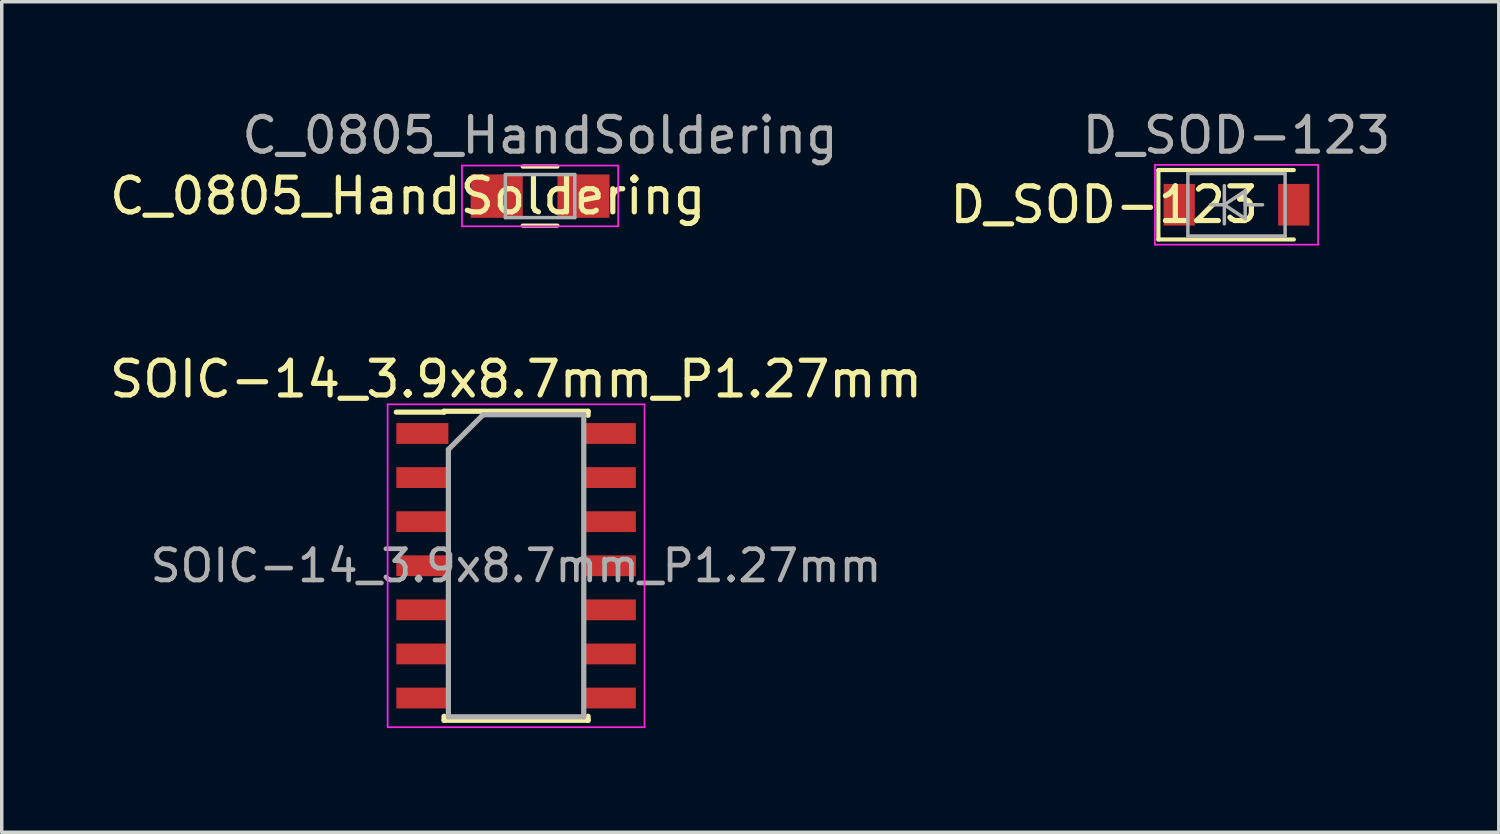
<source format=kicad_pcb>
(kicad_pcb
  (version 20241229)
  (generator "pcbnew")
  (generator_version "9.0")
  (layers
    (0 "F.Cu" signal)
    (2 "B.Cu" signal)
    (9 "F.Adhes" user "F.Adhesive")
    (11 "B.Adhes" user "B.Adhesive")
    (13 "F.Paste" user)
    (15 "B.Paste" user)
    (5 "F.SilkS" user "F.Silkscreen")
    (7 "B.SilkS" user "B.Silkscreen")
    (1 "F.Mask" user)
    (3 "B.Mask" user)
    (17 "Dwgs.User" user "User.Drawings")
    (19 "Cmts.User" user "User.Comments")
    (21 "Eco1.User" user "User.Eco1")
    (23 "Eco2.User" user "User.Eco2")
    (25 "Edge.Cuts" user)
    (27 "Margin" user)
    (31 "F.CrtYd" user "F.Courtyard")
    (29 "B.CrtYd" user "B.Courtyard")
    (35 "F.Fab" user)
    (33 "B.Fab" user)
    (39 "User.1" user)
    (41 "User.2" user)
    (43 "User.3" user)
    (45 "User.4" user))
  (footprint "C_0805_HandSoldering"
    (layer "F.Cu")
    (at 12.506 2.598)
    (property "Reference" "C_0805_HandSoldering" (at -3.81 0 0) (layer "F.SilkS") (effects (font (size 1 1) (thickness 0.15))))
    (attr smd)
    (fp_line (start -0.5 0.85) (end 0.5 0.85) (stroke (width 0.12) (type solid)) (layer "F.SilkS"))
    (fp_line (start 0.5 -0.85) (end -0.5 -0.85) (stroke (width 0.12) (type solid)) (layer "F.SilkS"))
    (fp_line (start -2.25 -0.88) (end -2.25 0.87) (stroke (width 0.05) (type solid)) (layer "F.CrtYd"))
    (fp_line (start -2.25 -0.88) (end 2.25 -0.88) (stroke (width 0.05) (type solid)) (layer "F.CrtYd"))
    (fp_line (start 2.25 0.87) (end -2.25 0.87) (stroke (width 0.05) (type solid)) (layer "F.CrtYd"))
    (fp_line (start 2.25 0.87) (end 2.25 -0.88) (stroke (width 0.05) (type solid)) (layer "F.CrtYd"))
    (fp_line (start -1 -0.62) (end 1 -0.62) (stroke (width 0.1) (type solid)) (layer "F.Fab"))
    (fp_line (start -1 0.62) (end -1 -0.62) (stroke (width 0.1) (type solid)) (layer "F.Fab"))
    (fp_line (start 1 -0.62) (end 1 0.62) (stroke (width 0.1) (type solid)) (layer "F.Fab"))
    (fp_line (start 1 0.62) (end -1 0.62) (stroke (width 0.1) (type solid)) (layer "F.Fab"))
    (fp_text user "${REFERENCE}" (at 0 -1.75 0) (layer "F.Fab") (effects (font (size 1 1) (thickness 0.15))))
    (pad "1" smd rect (at -1.25 0) (size 1.5 1.25) (layers "F.Cu" "F.Mask" "F.Paste"))
    (pad "2" smd rect (at 1.25 0) (size 1.5 1.25) (layers "F.Cu" "F.Mask" "F.Paste")))
  (footprint "D_SOD-123"
    (layer "F.Cu")
    (at 32.566 2.848)
    (property "Reference" "D_SOD-123" (at -3.81 0 0) (layer "F.SilkS") (effects (font (size 1 1) (thickness 0.15))))
    (attr smd)
    (fp_line (start -2.25 -1) (end -2.25 1) (stroke (width 0.12) (type solid)) (layer "F.SilkS"))
    (fp_line (start -2.25 -1) (end 1.65 -1) (stroke (width 0.12) (type solid)) (layer "F.SilkS"))
    (fp_line (start -2.25 1) (end 1.65 1) (stroke (width 0.12) (type solid)) (layer "F.SilkS"))
    (fp_line (start -2.35 -1.15) (end -2.35 1.15) (stroke (width 0.05) (type solid)) (layer "F.CrtYd"))
    (fp_line (start -2.35 -1.15) (end 2.35 -1.15) (stroke (width 0.05) (type solid)) (layer "F.CrtYd"))
    (fp_line (start 2.35 -1.15) (end 2.35 1.15) (stroke (width 0.05) (type solid)) (layer "F.CrtYd"))
    (fp_line (start 2.35 1.15) (end -2.35 1.15) (stroke (width 0.05) (type solid)) (layer "F.CrtYd"))
    (fp_line (start -1.4 -0.9) (end 1.4 -0.9) (stroke (width 0.1) (type solid)) (layer "F.Fab"))
    (fp_line (start -1.4 0.9) (end -1.4 -0.9) (stroke (width 0.1) (type solid)) (layer "F.Fab"))
    (fp_line (start -0.75 0) (end -0.35 0) (stroke (width 0.1) (type solid)) (layer "F.Fab"))
    (fp_line (start -0.35 0) (end -0.35 -0.55) (stroke (width 0.1) (type solid)) (layer "F.Fab"))
    (fp_line (start -0.35 0) (end -0.35 0.55) (stroke (width 0.1) (type solid)) (layer "F.Fab"))
    (fp_line (start -0.35 0) (end 0.25 -0.4) (stroke (width 0.1) (type solid)) (layer "F.Fab"))
    (fp_line (start 0.25 -0.4) (end 0.25 0.4) (stroke (width 0.1) (type solid)) (layer "F.Fab"))
    (fp_line (start 0.25 0) (end 0.75 0) (stroke (width 0.1) (type solid)) (layer "F.Fab"))
    (fp_line (start 0.25 0.4) (end -0.35 0) (stroke (width 0.1) (type solid)) (layer "F.Fab"))
    (fp_line (start 1.4 -0.9) (end 1.4 0.9) (stroke (width 0.1) (type solid)) (layer "F.Fab"))
    (fp_line (start 1.4 0.9) (end -1.4 0.9) (stroke (width 0.1) (type solid)) (layer "F.Fab"))
    (fp_text user "${REFERENCE}" (at 0 -2 0) (layer "F.Fab") (effects (font (size 1 1) (thickness 0.15))))
    (pad "1" smd rect (at -1.65 0) (size 0.9 1.2) (layers "F.Cu" "F.Mask" "F.Paste"))
    (pad "2" smd rect (at 1.65 0) (size 0.9 1.2) (layers "F.Cu" "F.Mask" "F.Paste")))
  (footprint "SOIC-14_3.9x8.7mm_P1.27mm"
    (layer "F.Cu")
    (at 11.815 13.246)
    (property "Reference" "SOIC-14_3.9x8.7mm_P1.27mm" (at 0 -5.375 0) (layer "F.SilkS") (effects (font (size 1 1) (thickness 0.15))))
    (attr smd)
    (fp_line (start -2.075 -4.45) (end -2.075 -4.425) (stroke (width 0.15) (type solid)) (layer "F.SilkS"))
    (fp_line (start -2.075 -4.45) (end 2.075 -4.45) (stroke (width 0.15) (type solid)) (layer "F.SilkS"))
    (fp_line (start -2.075 -4.425) (end -3.45 -4.425) (stroke (width 0.15) (type solid)) (layer "F.SilkS"))
    (fp_line (start -2.075 4.45) (end -2.075 4.335) (stroke (width 0.15) (type solid)) (layer "F.SilkS"))
    (fp_line (start -2.075 4.45) (end 2.075 4.45) (stroke (width 0.15) (type solid)) (layer "F.SilkS"))
    (fp_line (start 2.075 -4.45) (end 2.075 -4.335) (stroke (width 0.15) (type solid)) (layer "F.SilkS"))
    (fp_line (start 2.075 4.45) (end 2.075 4.335) (stroke (width 0.15) (type solid)) (layer "F.SilkS"))
    (fp_line (start -3.7 -4.65) (end -3.7 4.65) (stroke (width 0.05) (type solid)) (layer "F.CrtYd"))
    (fp_line (start -3.7 -4.65) (end 3.7 -4.65) (stroke (width 0.05) (type solid)) (layer "F.CrtYd"))
    (fp_line (start -3.7 4.65) (end 3.7 4.65) (stroke (width 0.05) (type solid)) (layer "F.CrtYd"))
    (fp_line (start 3.7 -4.65) (end 3.7 4.65) (stroke (width 0.05) (type solid)) (layer "F.CrtYd"))
    (fp_line (start -1.95 -3.35) (end -0.95 -4.35) (stroke (width 0.15) (type solid)) (layer "F.Fab"))
    (fp_line (start -1.95 4.35) (end -1.95 -3.35) (stroke (width 0.15) (type solid)) (layer "F.Fab"))
    (fp_line (start -0.95 -4.35) (end 1.95 -4.35) (stroke (width 0.15) (type solid)) (layer "F.Fab"))
    (fp_line (start 1.95 -4.35) (end 1.95 4.35) (stroke (width 0.15) (type solid)) (layer "F.Fab"))
    (fp_line (start 1.95 4.35) (end -1.95 4.35) (stroke (width 0.15) (type solid)) (layer "F.Fab"))
    (fp_text user "${REFERENCE}" (at 0 0 0) (layer "F.Fab") (effects (font (size 0.9 0.9) (thickness 0.135))))
    (pad "1" smd rect (at -2.7 -3.81) (size 1.5 0.6) (layers "F.Cu" "F.Mask" "F.Paste"))
    (pad "2" smd rect (at -2.7 -2.54) (size 1.5 0.6) (layers "F.Cu" "F.Mask" "F.Paste"))
    (pad "3" smd rect (at -2.7 -1.27) (size 1.5 0.6) (layers "F.Cu" "F.Mask" "F.Paste"))
    (pad "4" smd rect (at -2.7 0) (size 1.5 0.6) (layers "F.Cu" "F.Mask" "F.Paste"))
    (pad "5" smd rect (at -2.7 1.27) (size 1.5 0.6) (layers "F.Cu" "F.Mask" "F.Paste"))
    (pad "6" smd rect (at -2.7 2.54) (size 1.5 0.6) (layers "F.Cu" "F.Mask" "F.Paste"))
    (pad "7" smd rect (at -2.7 3.81) (size 1.5 0.6) (layers "F.Cu" "F.Mask" "F.Paste"))
    (pad "8" smd rect (at 2.7 3.81) (size 1.5 0.6) (layers "F.Cu" "F.Mask" "F.Paste"))
    (pad "9" smd rect (at 2.7 2.54) (size 1.5 0.6) (layers "F.Cu" "F.Mask" "F.Paste"))
    (pad "10" smd rect (at 2.7 1.27) (size 1.5 0.6) (layers "F.Cu" "F.Mask" "F.Paste"))
    (pad "11" smd rect (at 2.7 0) (size 1.5 0.6) (layers "F.Cu" "F.Mask" "F.Paste"))
    (pad "12" smd rect (at 2.7 -1.27) (size 1.5 0.6) (layers "F.Cu" "F.Mask" "F.Paste"))
    (pad "13" smd rect (at 2.7 -2.54) (size 1.5 0.6) (layers "F.Cu" "F.Mask" "F.Paste"))
    (pad "14" smd rect (at 2.7 -3.81) (size 1.5 0.6) (layers "F.Cu" "F.Mask" "F.Paste")))
  (gr_rect
    (start -3 -3)
    (end 40.12 20.922)
    (stroke (width 0.1) (type default))
    (fill no)
    (layer "Edge.Cuts")))
</source>
